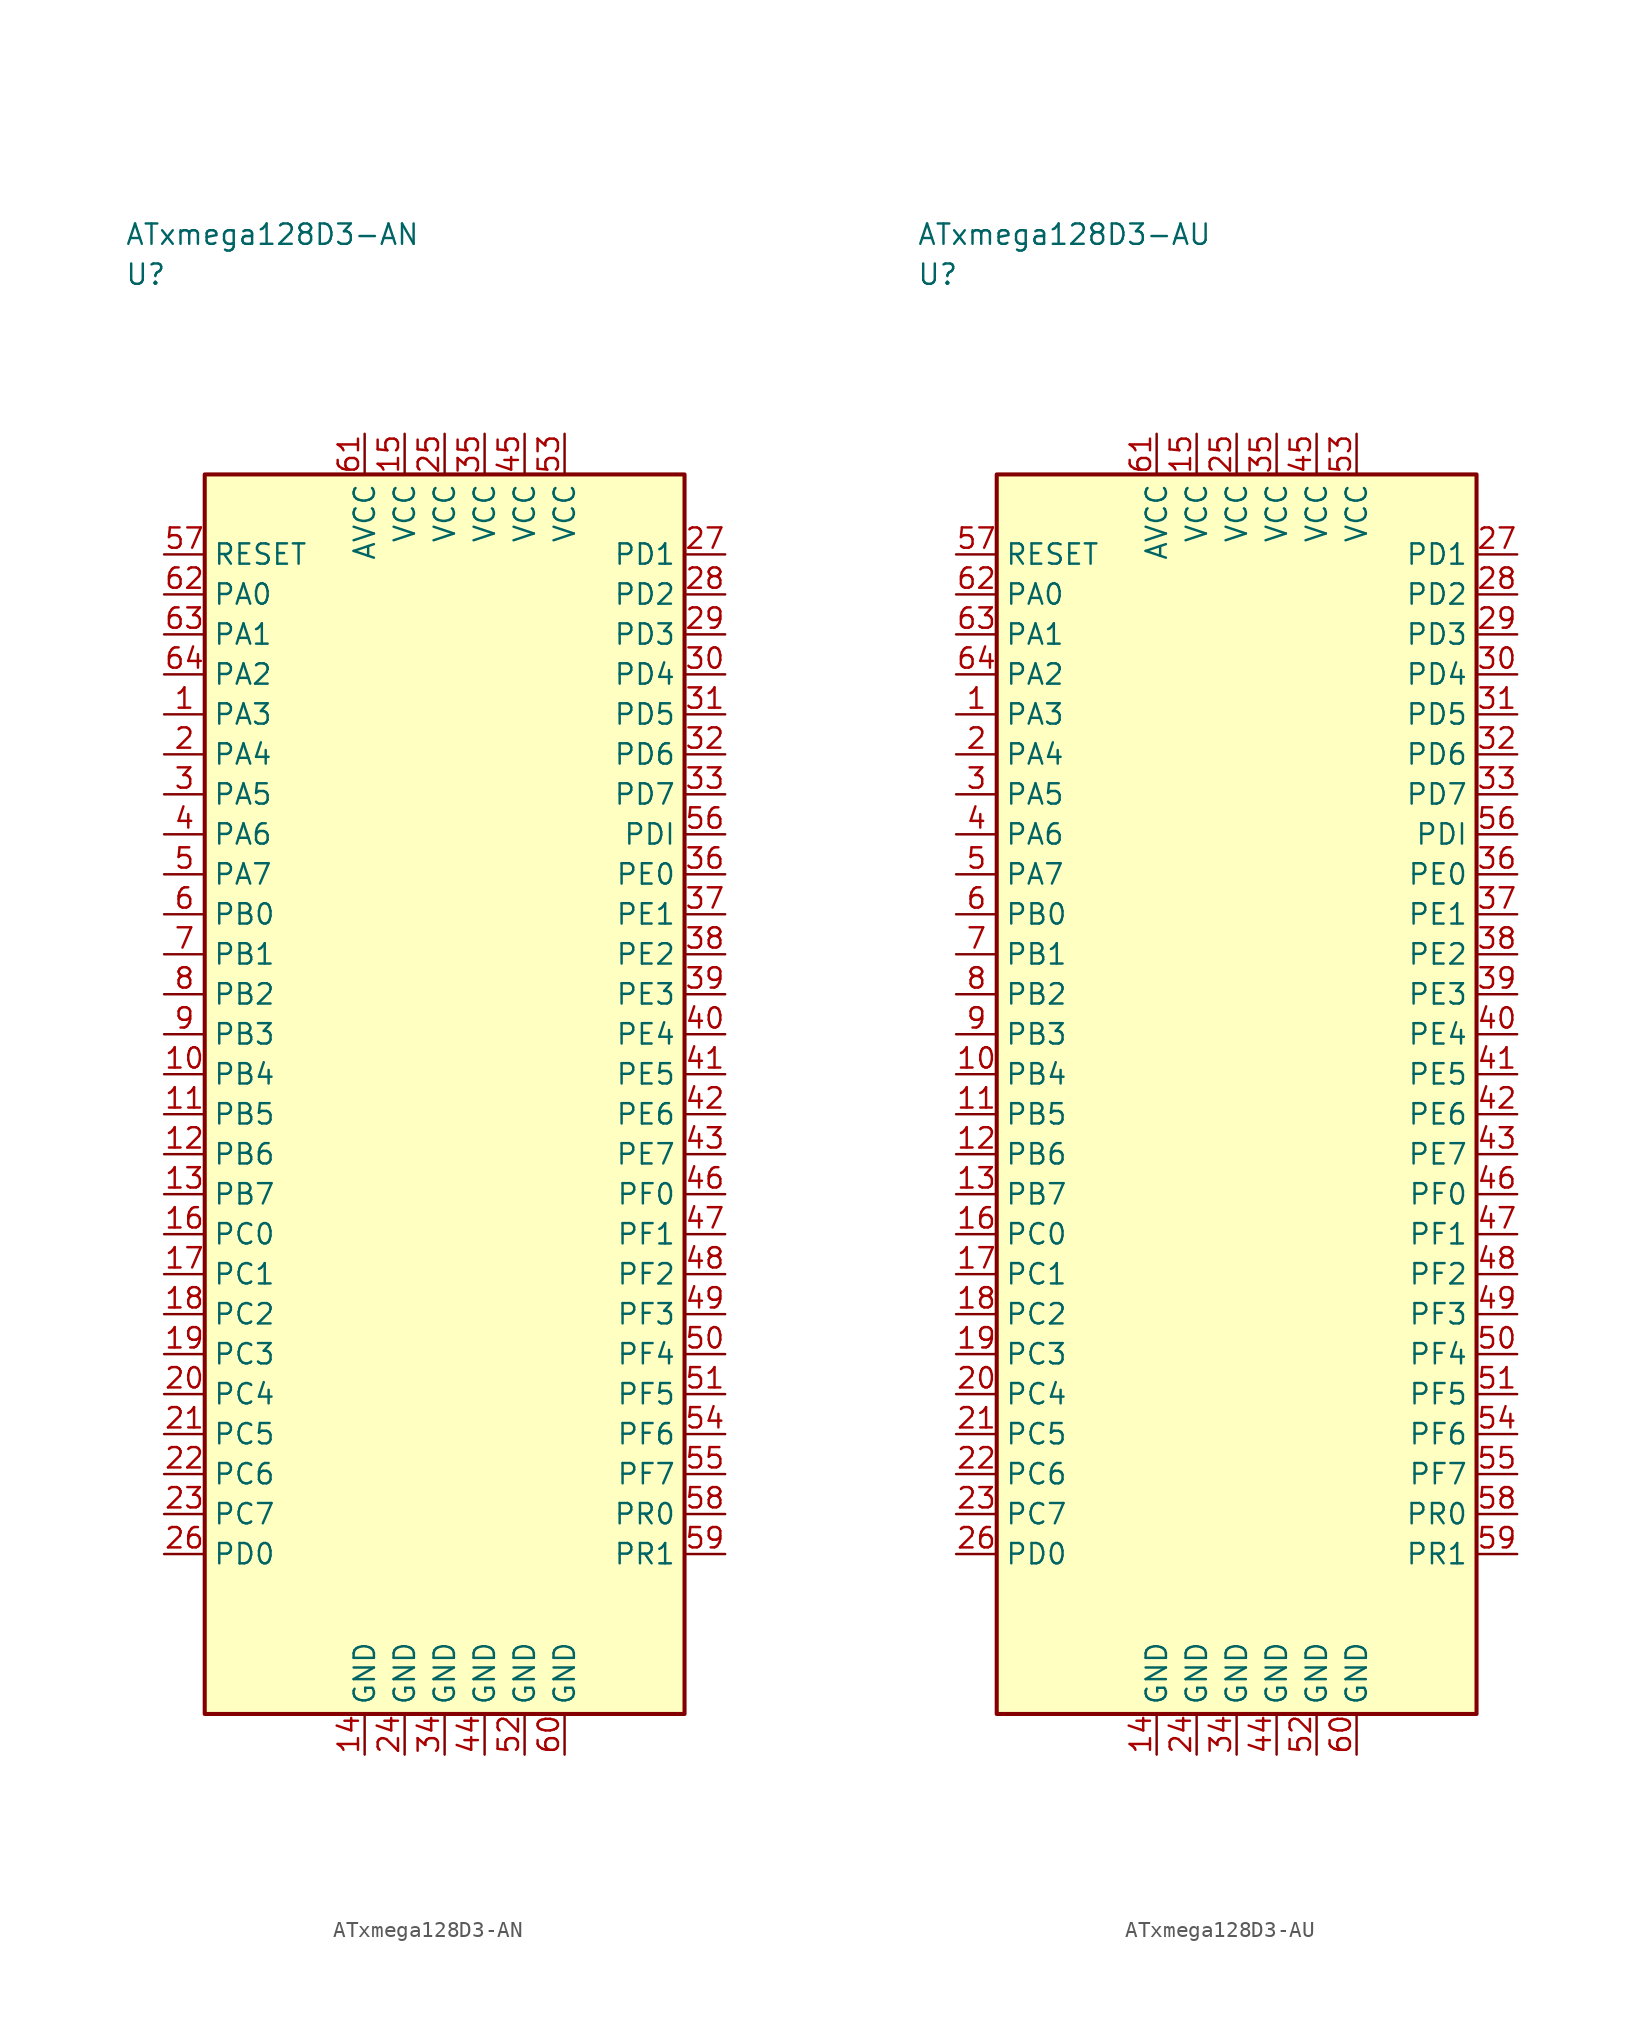
<source format=kicad_sym>
(kicad_symbol_lib
  (version 20241025)
  (generator "kicad_symbol_editor")
  (generator_version "8.0")
  (symbol "ATxmega128D3-AN"
    (property "Reference" "U"
      (at -20.0 51.25 0)
      (effects (font (size 1.27 1.27)) (justify left)))
    (property "Value" "ATxmega128D3-AN"
      (at -20.0 53.75 0)
      (effects (font (size 1.27 1.27)) (justify left)))
    (symbol "ATxmega128D3-AN_0_1"
      (rectangle (start -15.0 38.75) (end 15.0 -38.75) (stroke (width 0.254) (type default)) (fill (type background))))
    (symbol "ATxmega128D3-AN_1_1"
      (pin bidirectional line (at -17.54 23.75 0.0) (length 2.54) (name "PA3" (effects (font (size 1.27 1.27)))) (number "1" (effects (font (size 1.27 1.27)))))
      (pin bidirectional line (at -17.54 21.25 0.0) (length 2.54) (name "PA4" (effects (font (size 1.27 1.27)))) (number "2" (effects (font (size 1.27 1.27)))))
      (pin bidirectional line (at -17.54 18.75 0.0) (length 2.54) (name "PA5" (effects (font (size 1.27 1.27)))) (number "3" (effects (font (size 1.27 1.27)))))
      (pin bidirectional line (at -17.54 16.25 0.0) (length 2.54) (name "PA6" (effects (font (size 1.27 1.27)))) (number "4" (effects (font (size 1.27 1.27)))))
      (pin bidirectional line (at -17.54 13.75 0.0) (length 2.54) (name "PA7" (effects (font (size 1.27 1.27)))) (number "5" (effects (font (size 1.27 1.27)))))
      (pin bidirectional line (at -17.54 11.25 0.0) (length 2.54) (name "PB0" (effects (font (size 1.27 1.27)))) (number "6" (effects (font (size 1.27 1.27)))))
      (pin bidirectional line (at -17.54 8.75 0.0) (length 2.54) (name "PB1" (effects (font (size 1.27 1.27)))) (number "7" (effects (font (size 1.27 1.27)))))
      (pin bidirectional line (at -17.54 6.25 0.0) (length 2.54) (name "PB2" (effects (font (size 1.27 1.27)))) (number "8" (effects (font (size 1.27 1.27)))))
      (pin bidirectional line (at -17.54 3.75 0.0) (length 2.54) (name "PB3" (effects (font (size 1.27 1.27)))) (number "9" (effects (font (size 1.27 1.27)))))
      (pin bidirectional line (at -17.54 1.25 0.0) (length 2.54) (name "PB4" (effects (font (size 1.27 1.27)))) (number "10" (effects (font (size 1.27 1.27)))))
      (pin bidirectional line (at -17.54 -1.25 0.0) (length 2.54) (name "PB5" (effects (font (size 1.27 1.27)))) (number "11" (effects (font (size 1.27 1.27)))))
      (pin bidirectional line (at -17.54 -3.75 0.0) (length 2.54) (name "PB6" (effects (font (size 1.27 1.27)))) (number "12" (effects (font (size 1.27 1.27)))))
      (pin bidirectional line (at -17.54 -6.25 0.0) (length 2.54) (name "PB7" (effects (font (size 1.27 1.27)))) (number "13" (effects (font (size 1.27 1.27)))))
      (pin passive line (at -5.0 -41.29 90.0) (length 2.54) (name "GND" (effects (font (size 1.27 1.27)))) (number "14" (effects (font (size 1.27 1.27)))))
      (pin power_in line (at -2.5 41.29 270.0) (length 2.54) (name "VCC" (effects (font (size 1.27 1.27)))) (number "15" (effects (font (size 1.27 1.27)))))
      (pin bidirectional line (at -17.54 -8.75 0.0) (length 2.54) (name "PC0" (effects (font (size 1.27 1.27)))) (number "16" (effects (font (size 1.27 1.27)))))
      (pin bidirectional line (at -17.54 -11.25 0.0) (length 2.54) (name "PC1" (effects (font (size 1.27 1.27)))) (number "17" (effects (font (size 1.27 1.27)))))
      (pin bidirectional line (at -17.54 -13.75 0.0) (length 2.54) (name "PC2" (effects (font (size 1.27 1.27)))) (number "18" (effects (font (size 1.27 1.27)))))
      (pin bidirectional line (at -17.54 -16.25 0.0) (length 2.54) (name "PC3" (effects (font (size 1.27 1.27)))) (number "19" (effects (font (size 1.27 1.27)))))
      (pin bidirectional line (at -17.54 -18.75 0.0) (length 2.54) (name "PC4" (effects (font (size 1.27 1.27)))) (number "20" (effects (font (size 1.27 1.27)))))
      (pin bidirectional line (at -17.54 -21.25 0.0) (length 2.54) (name "PC5" (effects (font (size 1.27 1.27)))) (number "21" (effects (font (size 1.27 1.27)))))
      (pin bidirectional line (at -17.54 -23.75 0.0) (length 2.54) (name "PC6" (effects (font (size 1.27 1.27)))) (number "22" (effects (font (size 1.27 1.27)))))
      (pin bidirectional line (at -17.54 -26.25 0.0) (length 2.54) (name "PC7" (effects (font (size 1.27 1.27)))) (number "23" (effects (font (size 1.27 1.27)))))
      (pin passive line (at -2.5 -41.29 90.0) (length 2.54) (name "GND" (effects (font (size 1.27 1.27)))) (number "24" (effects (font (size 1.27 1.27)))))
      (pin power_in line (at 0.0 41.29 270.0) (length 2.54) (name "VCC" (effects (font (size 1.27 1.27)))) (number "25" (effects (font (size 1.27 1.27)))))
      (pin bidirectional line (at -17.54 -28.75 0.0) (length 2.54) (name "PD0" (effects (font (size 1.27 1.27)))) (number "26" (effects (font (size 1.27 1.27)))))
      (pin bidirectional line (at 17.54 33.75 180.0) (length 2.54) (name "PD1" (effects (font (size 1.27 1.27)))) (number "27" (effects (font (size 1.27 1.27)))))
      (pin bidirectional line (at 17.54 31.25 180.0) (length 2.54) (name "PD2" (effects (font (size 1.27 1.27)))) (number "28" (effects (font (size 1.27 1.27)))))
      (pin bidirectional line (at 17.54 28.75 180.0) (length 2.54) (name "PD3" (effects (font (size 1.27 1.27)))) (number "29" (effects (font (size 1.27 1.27)))))
      (pin bidirectional line (at 17.54 26.25 180.0) (length 2.54) (name "PD4" (effects (font (size 1.27 1.27)))) (number "30" (effects (font (size 1.27 1.27)))))
      (pin bidirectional line (at 17.54 23.75 180.0) (length 2.54) (name "PD5" (effects (font (size 1.27 1.27)))) (number "31" (effects (font (size 1.27 1.27)))))
      (pin bidirectional line (at 17.54 21.25 180.0) (length 2.54) (name "PD6" (effects (font (size 1.27 1.27)))) (number "32" (effects (font (size 1.27 1.27)))))
      (pin bidirectional line (at 17.54 18.75 180.0) (length 2.54) (name "PD7" (effects (font (size 1.27 1.27)))) (number "33" (effects (font (size 1.27 1.27)))))
      (pin passive line (at 0.0 -41.29 90.0) (length 2.54) (name "GND" (effects (font (size 1.27 1.27)))) (number "34" (effects (font (size 1.27 1.27)))))
      (pin power_in line (at 2.5 41.29 270.0) (length 2.54) (name "VCC" (effects (font (size 1.27 1.27)))) (number "35" (effects (font (size 1.27 1.27)))))
      (pin bidirectional line (at 17.54 13.75 180.0) (length 2.54) (name "PE0" (effects (font (size 1.27 1.27)))) (number "36" (effects (font (size 1.27 1.27)))))
      (pin bidirectional line (at 17.54 11.25 180.0) (length 2.54) (name "PE1" (effects (font (size 1.27 1.27)))) (number "37" (effects (font (size 1.27 1.27)))))
      (pin bidirectional line (at 17.54 8.75 180.0) (length 2.54) (name "PE2" (effects (font (size 1.27 1.27)))) (number "38" (effects (font (size 1.27 1.27)))))
      (pin bidirectional line (at 17.54 6.25 180.0) (length 2.54) (name "PE3" (effects (font (size 1.27 1.27)))) (number "39" (effects (font (size 1.27 1.27)))))
      (pin bidirectional line (at 17.54 3.75 180.0) (length 2.54) (name "PE4" (effects (font (size 1.27 1.27)))) (number "40" (effects (font (size 1.27 1.27)))))
      (pin bidirectional line (at 17.54 1.25 180.0) (length 2.54) (name "PE5" (effects (font (size 1.27 1.27)))) (number "41" (effects (font (size 1.27 1.27)))))
      (pin bidirectional line (at 17.54 -1.25 180.0) (length 2.54) (name "PE6" (effects (font (size 1.27 1.27)))) (number "42" (effects (font (size 1.27 1.27)))))
      (pin bidirectional line (at 17.54 -3.75 180.0) (length 2.54) (name "PE7" (effects (font (size 1.27 1.27)))) (number "43" (effects (font (size 1.27 1.27)))))
      (pin passive line (at 2.5 -41.29 90.0) (length 2.54) (name "GND" (effects (font (size 1.27 1.27)))) (number "44" (effects (font (size 1.27 1.27)))))
      (pin power_in line (at 5.0 41.29 270.0) (length 2.54) (name "VCC" (effects (font (size 1.27 1.27)))) (number "45" (effects (font (size 1.27 1.27)))))
      (pin bidirectional line (at 17.54 -6.25 180.0) (length 2.54) (name "PF0" (effects (font (size 1.27 1.27)))) (number "46" (effects (font (size 1.27 1.27)))))
      (pin bidirectional line (at 17.54 -8.75 180.0) (length 2.54) (name "PF1" (effects (font (size 1.27 1.27)))) (number "47" (effects (font (size 1.27 1.27)))))
      (pin bidirectional line (at 17.54 -11.25 180.0) (length 2.54) (name "PF2" (effects (font (size 1.27 1.27)))) (number "48" (effects (font (size 1.27 1.27)))))
      (pin bidirectional line (at 17.54 -13.75 180.0) (length 2.54) (name "PF3" (effects (font (size 1.27 1.27)))) (number "49" (effects (font (size 1.27 1.27)))))
      (pin bidirectional line (at 17.54 -16.25 180.0) (length 2.54) (name "PF4" (effects (font (size 1.27 1.27)))) (number "50" (effects (font (size 1.27 1.27)))))
      (pin bidirectional line (at 17.54 -18.75 180.0) (length 2.54) (name "PF5" (effects (font (size 1.27 1.27)))) (number "51" (effects (font (size 1.27 1.27)))))
      (pin passive line (at 5.0 -41.29 90.0) (length 2.54) (name "GND" (effects (font (size 1.27 1.27)))) (number "52" (effects (font (size 1.27 1.27)))))
      (pin power_in line (at 7.5 41.29 270.0) (length 2.54) (name "VCC" (effects (font (size 1.27 1.27)))) (number "53" (effects (font (size 1.27 1.27)))))
      (pin bidirectional line (at 17.54 -21.25 180.0) (length 2.54) (name "PF6" (effects (font (size 1.27 1.27)))) (number "54" (effects (font (size 1.27 1.27)))))
      (pin bidirectional line (at 17.54 -23.75 180.0) (length 2.54) (name "PF7" (effects (font (size 1.27 1.27)))) (number "55" (effects (font (size 1.27 1.27)))))
      (pin bidirectional line (at 17.54 16.25 180.0) (length 2.54) (name "PDI" (effects (font (size 1.27 1.27)))) (number "56" (effects (font (size 1.27 1.27)))))
      (pin input line (at -17.54 33.75 0.0) (length 2.54) (name "RESET" (effects (font (size 1.27 1.27)))) (number "57" (effects (font (size 1.27 1.27)))))
      (pin bidirectional line (at 17.54 -26.25 180.0) (length 2.54) (name "PR0" (effects (font (size 1.27 1.27)))) (number "58" (effects (font (size 1.27 1.27)))))
      (pin bidirectional line (at 17.54 -28.75 180.0) (length 2.54) (name "PR1" (effects (font (size 1.27 1.27)))) (number "59" (effects (font (size 1.27 1.27)))))
      (pin passive line (at 7.5 -41.29 90.0) (length 2.54) (name "GND" (effects (font (size 1.27 1.27)))) (number "60" (effects (font (size 1.27 1.27)))))
      (pin power_in line (at -5.0 41.29 270.0) (length 2.54) (name "AVCC" (effects (font (size 1.27 1.27)))) (number "61" (effects (font (size 1.27 1.27)))))
      (pin bidirectional line (at -17.54 31.25 0.0) (length 2.54) (name "PA0" (effects (font (size 1.27 1.27)))) (number "62" (effects (font (size 1.27 1.27)))))
      (pin bidirectional line (at -17.54 28.75 0.0) (length 2.54) (name "PA1" (effects (font (size 1.27 1.27)))) (number "63" (effects (font (size 1.27 1.27)))))
      (pin bidirectional line (at -17.54 26.25 0.0) (length 2.54) (name "PA2" (effects (font (size 1.27 1.27)))) (number "64" (effects (font (size 1.27 1.27)))))))
  (symbol "ATxmega128D3-AU"
    (property "Reference" "U"
      (at -20.0 51.25 0)
      (effects (font (size 1.27 1.27)) (justify left)))
    (property "Value" "ATxmega128D3-AU"
      (at -20.0 53.75 0)
      (effects (font (size 1.27 1.27)) (justify left)))
    (symbol "ATxmega128D3-AU_0_1"
      (rectangle (start -15.0 38.75) (end 15.0 -38.75) (stroke (width 0.254) (type default)) (fill (type background))))
    (symbol "ATxmega128D3-AU_1_1"
      (pin bidirectional line (at -17.54 23.75 0.0) (length 2.54) (name "PA3" (effects (font (size 1.27 1.27)))) (number "1" (effects (font (size 1.27 1.27)))))
      (pin bidirectional line (at -17.54 21.25 0.0) (length 2.54) (name "PA4" (effects (font (size 1.27 1.27)))) (number "2" (effects (font (size 1.27 1.27)))))
      (pin bidirectional line (at -17.54 18.75 0.0) (length 2.54) (name "PA5" (effects (font (size 1.27 1.27)))) (number "3" (effects (font (size 1.27 1.27)))))
      (pin bidirectional line (at -17.54 16.25 0.0) (length 2.54) (name "PA6" (effects (font (size 1.27 1.27)))) (number "4" (effects (font (size 1.27 1.27)))))
      (pin bidirectional line (at -17.54 13.75 0.0) (length 2.54) (name "PA7" (effects (font (size 1.27 1.27)))) (number "5" (effects (font (size 1.27 1.27)))))
      (pin bidirectional line (at -17.54 11.25 0.0) (length 2.54) (name "PB0" (effects (font (size 1.27 1.27)))) (number "6" (effects (font (size 1.27 1.27)))))
      (pin bidirectional line (at -17.54 8.75 0.0) (length 2.54) (name "PB1" (effects (font (size 1.27 1.27)))) (number "7" (effects (font (size 1.27 1.27)))))
      (pin bidirectional line (at -17.54 6.25 0.0) (length 2.54) (name "PB2" (effects (font (size 1.27 1.27)))) (number "8" (effects (font (size 1.27 1.27)))))
      (pin bidirectional line (at -17.54 3.75 0.0) (length 2.54) (name "PB3" (effects (font (size 1.27 1.27)))) (number "9" (effects (font (size 1.27 1.27)))))
      (pin bidirectional line (at -17.54 1.25 0.0) (length 2.54) (name "PB4" (effects (font (size 1.27 1.27)))) (number "10" (effects (font (size 1.27 1.27)))))
      (pin bidirectional line (at -17.54 -1.25 0.0) (length 2.54) (name "PB5" (effects (font (size 1.27 1.27)))) (number "11" (effects (font (size 1.27 1.27)))))
      (pin bidirectional line (at -17.54 -3.75 0.0) (length 2.54) (name "PB6" (effects (font (size 1.27 1.27)))) (number "12" (effects (font (size 1.27 1.27)))))
      (pin bidirectional line (at -17.54 -6.25 0.0) (length 2.54) (name "PB7" (effects (font (size 1.27 1.27)))) (number "13" (effects (font (size 1.27 1.27)))))
      (pin passive line (at -5.0 -41.29 90.0) (length 2.54) (name "GND" (effects (font (size 1.27 1.27)))) (number "14" (effects (font (size 1.27 1.27)))))
      (pin power_in line (at -2.5 41.29 270.0) (length 2.54) (name "VCC" (effects (font (size 1.27 1.27)))) (number "15" (effects (font (size 1.27 1.27)))))
      (pin bidirectional line (at -17.54 -8.75 0.0) (length 2.54) (name "PC0" (effects (font (size 1.27 1.27)))) (number "16" (effects (font (size 1.27 1.27)))))
      (pin bidirectional line (at -17.54 -11.25 0.0) (length 2.54) (name "PC1" (effects (font (size 1.27 1.27)))) (number "17" (effects (font (size 1.27 1.27)))))
      (pin bidirectional line (at -17.54 -13.75 0.0) (length 2.54) (name "PC2" (effects (font (size 1.27 1.27)))) (number "18" (effects (font (size 1.27 1.27)))))
      (pin bidirectional line (at -17.54 -16.25 0.0) (length 2.54) (name "PC3" (effects (font (size 1.27 1.27)))) (number "19" (effects (font (size 1.27 1.27)))))
      (pin bidirectional line (at -17.54 -18.75 0.0) (length 2.54) (name "PC4" (effects (font (size 1.27 1.27)))) (number "20" (effects (font (size 1.27 1.27)))))
      (pin bidirectional line (at -17.54 -21.25 0.0) (length 2.54) (name "PC5" (effects (font (size 1.27 1.27)))) (number "21" (effects (font (size 1.27 1.27)))))
      (pin bidirectional line (at -17.54 -23.75 0.0) (length 2.54) (name "PC6" (effects (font (size 1.27 1.27)))) (number "22" (effects (font (size 1.27 1.27)))))
      (pin bidirectional line (at -17.54 -26.25 0.0) (length 2.54) (name "PC7" (effects (font (size 1.27 1.27)))) (number "23" (effects (font (size 1.27 1.27)))))
      (pin passive line (at -2.5 -41.29 90.0) (length 2.54) (name "GND" (effects (font (size 1.27 1.27)))) (number "24" (effects (font (size 1.27 1.27)))))
      (pin power_in line (at 0.0 41.29 270.0) (length 2.54) (name "VCC" (effects (font (size 1.27 1.27)))) (number "25" (effects (font (size 1.27 1.27)))))
      (pin bidirectional line (at -17.54 -28.75 0.0) (length 2.54) (name "PD0" (effects (font (size 1.27 1.27)))) (number "26" (effects (font (size 1.27 1.27)))))
      (pin bidirectional line (at 17.54 33.75 180.0) (length 2.54) (name "PD1" (effects (font (size 1.27 1.27)))) (number "27" (effects (font (size 1.27 1.27)))))
      (pin bidirectional line (at 17.54 31.25 180.0) (length 2.54) (name "PD2" (effects (font (size 1.27 1.27)))) (number "28" (effects (font (size 1.27 1.27)))))
      (pin bidirectional line (at 17.54 28.75 180.0) (length 2.54) (name "PD3" (effects (font (size 1.27 1.27)))) (number "29" (effects (font (size 1.27 1.27)))))
      (pin bidirectional line (at 17.54 26.25 180.0) (length 2.54) (name "PD4" (effects (font (size 1.27 1.27)))) (number "30" (effects (font (size 1.27 1.27)))))
      (pin bidirectional line (at 17.54 23.75 180.0) (length 2.54) (name "PD5" (effects (font (size 1.27 1.27)))) (number "31" (effects (font (size 1.27 1.27)))))
      (pin bidirectional line (at 17.54 21.25 180.0) (length 2.54) (name "PD6" (effects (font (size 1.27 1.27)))) (number "32" (effects (font (size 1.27 1.27)))))
      (pin bidirectional line (at 17.54 18.75 180.0) (length 2.54) (name "PD7" (effects (font (size 1.27 1.27)))) (number "33" (effects (font (size 1.27 1.27)))))
      (pin passive line (at 0.0 -41.29 90.0) (length 2.54) (name "GND" (effects (font (size 1.27 1.27)))) (number "34" (effects (font (size 1.27 1.27)))))
      (pin power_in line (at 2.5 41.29 270.0) (length 2.54) (name "VCC" (effects (font (size 1.27 1.27)))) (number "35" (effects (font (size 1.27 1.27)))))
      (pin bidirectional line (at 17.54 13.75 180.0) (length 2.54) (name "PE0" (effects (font (size 1.27 1.27)))) (number "36" (effects (font (size 1.27 1.27)))))
      (pin bidirectional line (at 17.54 11.25 180.0) (length 2.54) (name "PE1" (effects (font (size 1.27 1.27)))) (number "37" (effects (font (size 1.27 1.27)))))
      (pin bidirectional line (at 17.54 8.75 180.0) (length 2.54) (name "PE2" (effects (font (size 1.27 1.27)))) (number "38" (effects (font (size 1.27 1.27)))))
      (pin bidirectional line (at 17.54 6.25 180.0) (length 2.54) (name "PE3" (effects (font (size 1.27 1.27)))) (number "39" (effects (font (size 1.27 1.27)))))
      (pin bidirectional line (at 17.54 3.75 180.0) (length 2.54) (name "PE4" (effects (font (size 1.27 1.27)))) (number "40" (effects (font (size 1.27 1.27)))))
      (pin bidirectional line (at 17.54 1.25 180.0) (length 2.54) (name "PE5" (effects (font (size 1.27 1.27)))) (number "41" (effects (font (size 1.27 1.27)))))
      (pin bidirectional line (at 17.54 -1.25 180.0) (length 2.54) (name "PE6" (effects (font (size 1.27 1.27)))) (number "42" (effects (font (size 1.27 1.27)))))
      (pin bidirectional line (at 17.54 -3.75 180.0) (length 2.54) (name "PE7" (effects (font (size 1.27 1.27)))) (number "43" (effects (font (size 1.27 1.27)))))
      (pin passive line (at 2.5 -41.29 90.0) (length 2.54) (name "GND" (effects (font (size 1.27 1.27)))) (number "44" (effects (font (size 1.27 1.27)))))
      (pin power_in line (at 5.0 41.29 270.0) (length 2.54) (name "VCC" (effects (font (size 1.27 1.27)))) (number "45" (effects (font (size 1.27 1.27)))))
      (pin bidirectional line (at 17.54 -6.25 180.0) (length 2.54) (name "PF0" (effects (font (size 1.27 1.27)))) (number "46" (effects (font (size 1.27 1.27)))))
      (pin bidirectional line (at 17.54 -8.75 180.0) (length 2.54) (name "PF1" (effects (font (size 1.27 1.27)))) (number "47" (effects (font (size 1.27 1.27)))))
      (pin bidirectional line (at 17.54 -11.25 180.0) (length 2.54) (name "PF2" (effects (font (size 1.27 1.27)))) (number "48" (effects (font (size 1.27 1.27)))))
      (pin bidirectional line (at 17.54 -13.75 180.0) (length 2.54) (name "PF3" (effects (font (size 1.27 1.27)))) (number "49" (effects (font (size 1.27 1.27)))))
      (pin bidirectional line (at 17.54 -16.25 180.0) (length 2.54) (name "PF4" (effects (font (size 1.27 1.27)))) (number "50" (effects (font (size 1.27 1.27)))))
      (pin bidirectional line (at 17.54 -18.75 180.0) (length 2.54) (name "PF5" (effects (font (size 1.27 1.27)))) (number "51" (effects (font (size 1.27 1.27)))))
      (pin passive line (at 5.0 -41.29 90.0) (length 2.54) (name "GND" (effects (font (size 1.27 1.27)))) (number "52" (effects (font (size 1.27 1.27)))))
      (pin power_in line (at 7.5 41.29 270.0) (length 2.54) (name "VCC" (effects (font (size 1.27 1.27)))) (number "53" (effects (font (size 1.27 1.27)))))
      (pin bidirectional line (at 17.54 -21.25 180.0) (length 2.54) (name "PF6" (effects (font (size 1.27 1.27)))) (number "54" (effects (font (size 1.27 1.27)))))
      (pin bidirectional line (at 17.54 -23.75 180.0) (length 2.54) (name "PF7" (effects (font (size 1.27 1.27)))) (number "55" (effects (font (size 1.27 1.27)))))
      (pin bidirectional line (at 17.54 16.25 180.0) (length 2.54) (name "PDI" (effects (font (size 1.27 1.27)))) (number "56" (effects (font (size 1.27 1.27)))))
      (pin input line (at -17.54 33.75 0.0) (length 2.54) (name "RESET" (effects (font (size 1.27 1.27)))) (number "57" (effects (font (size 1.27 1.27)))))
      (pin bidirectional line (at 17.54 -26.25 180.0) (length 2.54) (name "PR0" (effects (font (size 1.27 1.27)))) (number "58" (effects (font (size 1.27 1.27)))))
      (pin bidirectional line (at 17.54 -28.75 180.0) (length 2.54) (name "PR1" (effects (font (size 1.27 1.27)))) (number "59" (effects (font (size 1.27 1.27)))))
      (pin passive line (at 7.5 -41.29 90.0) (length 2.54) (name "GND" (effects (font (size 1.27 1.27)))) (number "60" (effects (font (size 1.27 1.27)))))
      (pin power_in line (at -5.0 41.29 270.0) (length 2.54) (name "AVCC" (effects (font (size 1.27 1.27)))) (number "61" (effects (font (size 1.27 1.27)))))
      (pin bidirectional line (at -17.54 31.25 0.0) (length 2.54) (name "PA0" (effects (font (size 1.27 1.27)))) (number "62" (effects (font (size 1.27 1.27)))))
      (pin bidirectional line (at -17.54 28.75 0.0) (length 2.54) (name "PA1" (effects (font (size 1.27 1.27)))) (number "63" (effects (font (size 1.27 1.27)))))
      (pin bidirectional line (at -17.54 26.25 0.0) (length 2.54) (name "PA2" (effects (font (size 1.27 1.27)))) (number "64" (effects (font (size 1.27 1.27))))))))
</source>
